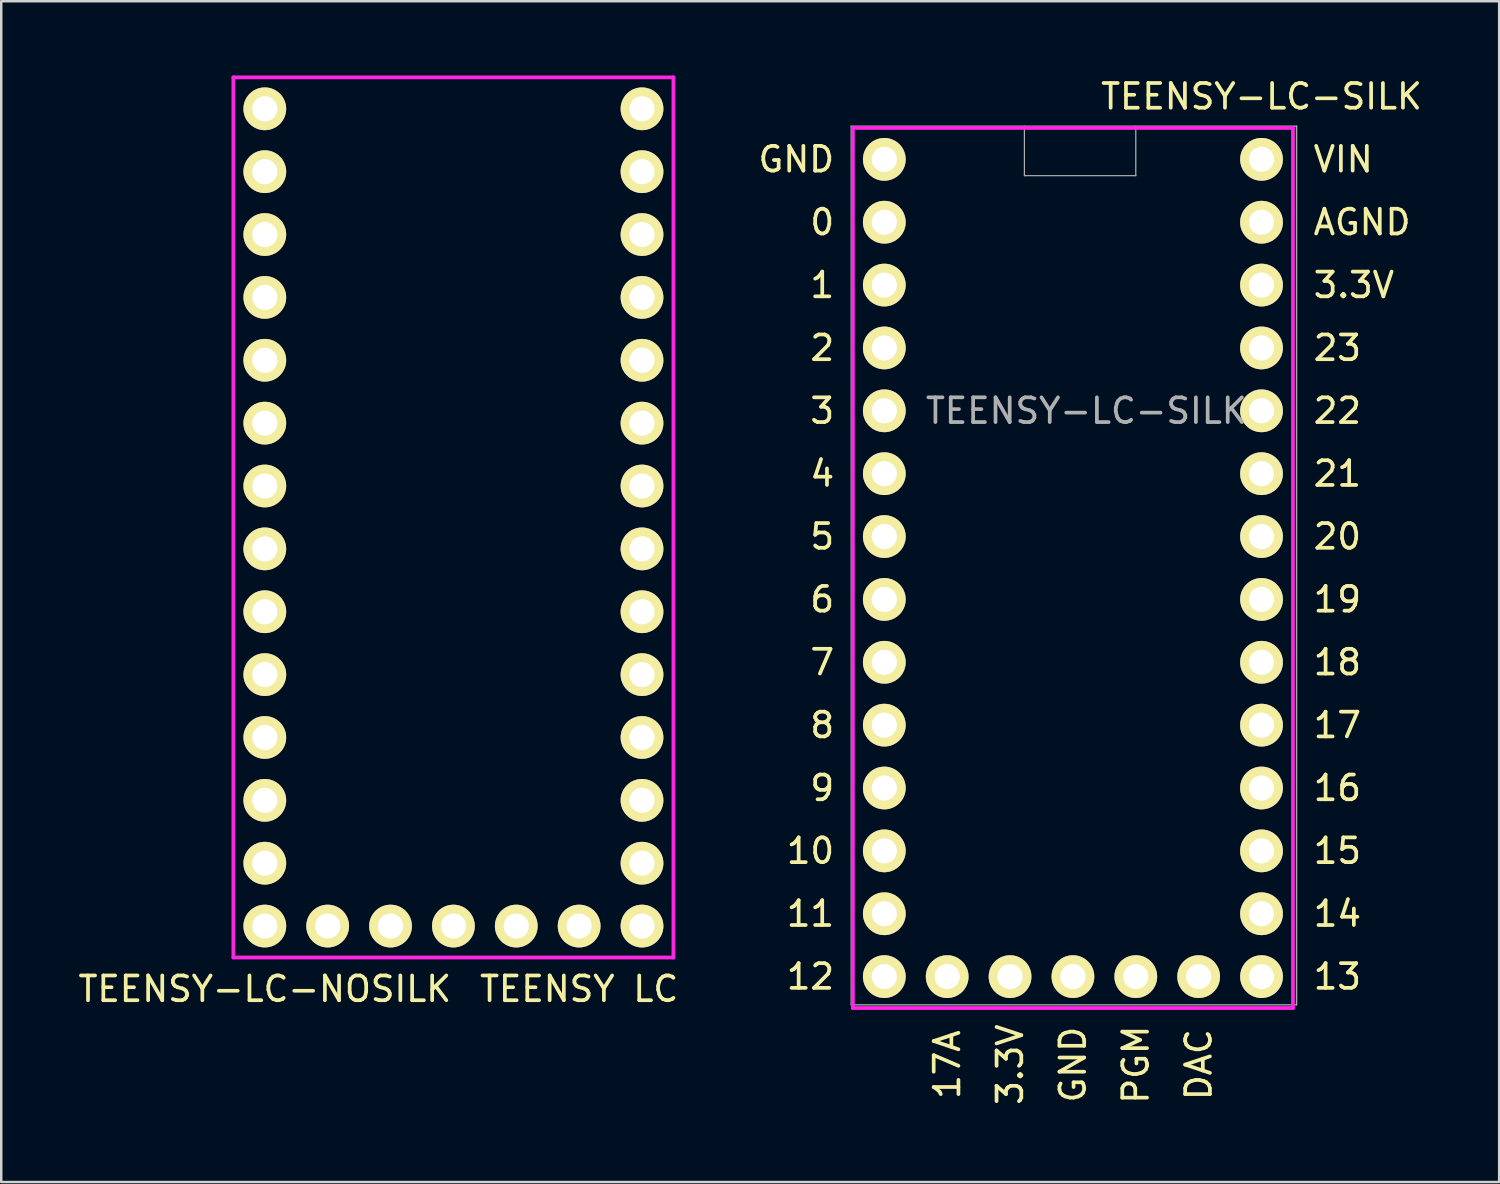
<source format=kicad_pcb>
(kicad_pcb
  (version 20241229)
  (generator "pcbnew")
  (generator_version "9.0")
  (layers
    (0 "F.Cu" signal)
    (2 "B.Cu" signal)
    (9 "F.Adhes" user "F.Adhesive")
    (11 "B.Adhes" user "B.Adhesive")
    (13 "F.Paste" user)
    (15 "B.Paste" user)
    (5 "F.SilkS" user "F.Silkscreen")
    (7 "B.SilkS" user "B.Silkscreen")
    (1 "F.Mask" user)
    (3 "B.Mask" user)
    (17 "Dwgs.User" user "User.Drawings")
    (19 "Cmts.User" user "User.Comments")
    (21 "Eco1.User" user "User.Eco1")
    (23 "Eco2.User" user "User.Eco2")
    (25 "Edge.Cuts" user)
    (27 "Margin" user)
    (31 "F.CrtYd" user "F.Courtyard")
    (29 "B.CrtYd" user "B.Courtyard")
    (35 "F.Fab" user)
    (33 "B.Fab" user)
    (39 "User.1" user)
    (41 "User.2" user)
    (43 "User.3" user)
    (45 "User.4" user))
  (footprint "TEENSY-LC-SILK"
    (layer "F.Cu")
    (at 42.839 13.548)
    (property "Reference" "TEENSY-LC-SILK" (at -2 0 0) (layer "F.Fab") (effects (font (size 1 1) (thickness 0.15))))
    (attr through_hole)
    (fp_line (start -11.43 -11.43) (end -11.43 24.13) (stroke (width 0.152) (type solid)) (layer "F.CrtYd"))
    (fp_line (start -11.43 24.13) (end 6.35 24.13) (stroke (width 0.152) (type solid)) (layer "F.CrtYd"))
    (fp_line (start 6.35 -11.43) (end -11.43 -11.43) (stroke (width 0.152) (type solid)) (layer "F.CrtYd"))
    (fp_line (start 6.35 24.13) (end 6.35 -11.43) (stroke (width 0.152) (type solid)) (layer "F.CrtYd"))
    (fp_line (start -11.5 -11.5) (end -11.5 24) (stroke (width 0.05) (type solid)) (layer "F.Fab"))
    (fp_line (start -11.5 24) (end 6.5 24) (stroke (width 0.05) (type solid)) (layer "F.Fab"))
    (fp_line (start -4.5 -11.5) (end -4.5 -9.5) (stroke (width 0.05) (type solid)) (layer "F.Fab"))
    (fp_line (start -4.5 -9.5) (end 0 -9.5) (stroke (width 0.05) (type solid)) (layer "F.Fab"))
    (fp_line (start 0 -9.5) (end 0 -11.5) (stroke (width 0.05) (type solid)) (layer "F.Fab"))
    (fp_line (start 6.5 -11.5) (end -11.5 -11.5) (stroke (width 0.05) (type solid)) (layer "F.Fab"))
    (fp_line (start 6.5 24) (end 6.5 -11.5) (stroke (width 0.05) (type solid)) (layer "F.Fab"))
    (fp_text user "21" (at 8.144 2.54 0) (layer "F.SilkS") (effects (font (size 1 1) (thickness 0.15))))
    (fp_text user "12" (at -13.145 22.86 0) (layer "F.SilkS") (effects (font (size 1 1) (thickness 0.15))))
    (fp_text user "22" (at 8.144 0 0) (layer "F.SilkS") (effects (font (size 1 1) (thickness 0.15))))
    (fp_text user "17" (at 8.144 12.7 0) (layer "F.SilkS") (effects (font (size 1 1) (thickness 0.15))))
    (fp_text user "18" (at 8.144 10.16 0) (layer "F.SilkS") (effects (font (size 1 1) (thickness 0.15))))
    (fp_text user "23" (at 8.144 -2.54 0) (layer "F.SilkS") (effects (font (size 1 1) (thickness 0.15))))
    (fp_text user "20" (at 8.144 5.08 0) (layer "F.SilkS") (effects (font (size 1 1) (thickness 0.15))))
    (fp_text user "10" (at -13.145 17.78 0) (layer "F.SilkS") (effects (font (size 1 1) (thickness 0.15))))
    (fp_text user "17A" (at -7.62 26.416 90) (layer "F.SilkS") (effects (font (size 1 1) (thickness 0.15))))
    (fp_text user "VIN" (at 8.382 -10.16 0) (layer "F.SilkS") (effects (font (size 1 1) (thickness 0.15))))
    (fp_text user "11" (at -13.145 20.32 0) (layer "F.SilkS") (effects (font (size 1 1) (thickness 0.15))))
    (fp_text user "PGM" (at 0 26.416 90) (layer "F.SilkS") (effects (font (size 1 1) (thickness 0.15))))
    (fp_text user "1" (at -12.668 -5.08 0) (layer "F.SilkS") (effects (font (size 1 1) (thickness 0.15))))
    (fp_text user "0" (at -12.668 -7.62 0) (layer "F.SilkS") (effects (font (size 1 1) (thickness 0.15))))
    (fp_text user "7" (at -12.668 10.16 0) (layer "F.SilkS") (effects (font (size 1 1) (thickness 0.15))))
    (fp_text user "9" (at -12.668 15.24 0) (layer "F.SilkS") (effects (font (size 1 1) (thickness 0.15))))
    (fp_text user "${REFERENCE}" (at 5.08 -12.7 0) (layer "F.SilkS") (effects (font (size 1 1) (thickness 0.15))))
    (fp_text user "4" (at -12.668 2.54 0) (layer "F.SilkS") (effects (font (size 1 1) (thickness 0.15))))
    (fp_text user "3.3V" (at 8.811 -5.08 0) (layer "F.SilkS") (effects (font (size 1 1) (thickness 0.15))))
    (fp_text user "2" (at -12.668 -2.54 0) (layer "F.SilkS") (effects (font (size 1 1) (thickness 0.15))))
    (fp_text user "GND" (at -2.54 26.416 90) (layer "F.SilkS") (effects (font (size 1 1) (thickness 0.15))))
    (fp_text user "AGND" (at 9.144 -7.62 0) (layer "F.SilkS") (effects (font (size 1 1) (thickness 0.15))))
    (fp_text user "GND" (at -13.716 -10.16 0) (layer "F.SilkS") (effects (font (size 1 1) (thickness 0.15))))
    (fp_text user "16" (at 8.144 15.24 0) (layer "F.SilkS") (effects (font (size 1 1) (thickness 0.15))))
    (fp_text user "19" (at 8.144 7.62 0) (layer "F.SilkS") (effects (font (size 1 1) (thickness 0.15))))
    (fp_text user "14" (at 8.144 20.32 0) (layer "F.SilkS") (effects (font (size 1 1) (thickness 0.15))))
    (fp_text user "8" (at -12.668 12.7 0) (layer "F.SilkS") (effects (font (size 1 1) (thickness 0.15))))
    (fp_text user "13" (at 8.144 22.86 0) (layer "F.SilkS") (effects (font (size 1 1) (thickness 0.15))))
    (fp_text user "6" (at -12.668 7.62 0) (layer "F.SilkS") (effects (font (size 1 1) (thickness 0.15))))
    (fp_text user "15" (at 8.144 17.78 0) (layer "F.SilkS") (effects (font (size 1 1) (thickness 0.15))))
    (fp_text user "DAC" (at 2.54 26.416 90) (layer "F.SilkS") (effects (font (size 1 1) (thickness 0.15))))
    (fp_text user "3.3V" (at -5.08 26.416 90) (layer "F.SilkS") (effects (font (size 1 1) (thickness 0.15))))
    (fp_text user "3" (at -12.668 0 0) (layer "F.SilkS") (effects (font (size 1 1) (thickness 0.15))))
    (fp_text user "5" (at -12.668 5.08 0) (layer "F.SilkS") (effects (font (size 1 1) (thickness 0.15))))
    (pad "0" thru_hole circle (at -10.16 -7.62) (size 1.727 1.727) (drill 1.016) (layers "*.Cu" "*.Mask" "F.SilkS"))
    (pad "1" thru_hole circle (at -10.16 -5.08) (size 1.727 1.727) (drill 1.016) (layers "*.Cu" "*.Mask" "F.SilkS"))
    (pad "2" thru_hole circle (at -10.16 -2.54) (size 1.727 1.727) (drill 1.016) (layers "*.Cu" "*.Mask" "F.SilkS"))
    (pad "3" thru_hole circle (at -10.16 0) (size 1.727 1.727) (drill 1.016) (layers "*.Cu" "*.Mask" "F.SilkS"))
    (pad "3V1" thru_hole circle (at -5.08 22.86) (size 1.727 1.727) (drill 1.016) (layers "*.Cu" "*.Mask" "F.SilkS"))
    (pad "3V2" thru_hole circle (at 5.08 -5.08) (size 1.727 1.727) (drill 1.016) (layers "*.Cu" "*.Mask" "F.SilkS"))
    (pad "4" thru_hole circle (at -10.16 2.54) (size 1.727 1.727) (drill 1.016) (layers "*.Cu" "*.Mask" "F.SilkS"))
    (pad "5" thru_hole circle (at -10.16 5.08) (size 1.727 1.727) (drill 1.016) (layers "*.Cu" "*.Mask" "F.SilkS"))
    (pad "6" thru_hole circle (at -10.16 7.62) (size 1.727 1.727) (drill 1.016) (layers "*.Cu" "*.Mask" "F.SilkS"))
    (pad "7" thru_hole circle (at -10.16 10.16) (size 1.727 1.727) (drill 1.016) (layers "*.Cu" "*.Mask" "F.SilkS"))
    (pad "8" thru_hole circle (at -10.16 12.7) (size 1.727 1.727) (drill 1.016) (layers "*.Cu" "*.Mask" "F.SilkS"))
    (pad "9" thru_hole circle (at -10.16 15.24) (size 1.727 1.727) (drill 1.016) (layers "*.Cu" "*.Mask" "F.SilkS"))
    (pad "10" thru_hole circle (at -10.16 17.78) (size 1.727 1.727) (drill 1.016) (layers "*.Cu" "*.Mask" "F.SilkS"))
    (pad "11" thru_hole circle (at -10.16 20.32) (size 1.727 1.727) (drill 1.016) (layers "*.Cu" "*.Mask" "F.SilkS"))
    (pad "12" thru_hole circle (at -10.16 22.86) (size 1.727 1.727) (drill 1.016) (layers "*.Cu" "*.Mask" "F.SilkS"))
    (pad "13" thru_hole circle (at 5.08 22.86) (size 1.727 1.727) (drill 1.016) (layers "*.Cu" "*.Mask" "F.SilkS"))
    (pad "14" thru_hole circle (at 5.08 20.32) (size 1.727 1.727) (drill 1.016) (layers "*.Cu" "*.Mask" "F.SilkS"))
    (pad "15" thru_hole circle (at 5.08 17.78) (size 1.727 1.727) (drill 1.016) (layers "*.Cu" "*.Mask" "F.SilkS"))
    (pad "16" thru_hole circle (at 5.08 15.24) (size 1.727 1.727) (drill 1.016) (layers "*.Cu" "*.Mask" "F.SilkS"))
    (pad "17" thru_hole circle (at 5.08 12.7) (size 1.727 1.727) (drill 1.016) (layers "*.Cu" "*.Mask" "F.SilkS"))
    (pad "17A" thru_hole circle (at -7.62 22.86) (size 1.727 1.727) (drill 1.016) (layers "*.Cu" "*.Mask" "F.SilkS"))
    (pad "18" thru_hole circle (at 5.08 10.16) (size 1.727 1.727) (drill 1.016) (layers "*.Cu" "*.Mask" "F.SilkS"))
    (pad "19" thru_hole circle (at 5.08 7.62) (size 1.727 1.727) (drill 1.016) (layers "*.Cu" "*.Mask" "F.SilkS"))
    (pad "20" thru_hole circle (at 5.08 5.08) (size 1.727 1.727) (drill 1.016) (layers "*.Cu" "*.Mask" "F.SilkS"))
    (pad "21" thru_hole circle (at 5.08 2.54) (size 1.727 1.727) (drill 1.016) (layers "*.Cu" "*.Mask" "F.SilkS"))
    (pad "22" thru_hole circle (at 5.08 0) (size 1.727 1.727) (drill 1.016) (layers "*.Cu" "*.Mask" "F.SilkS"))
    (pad "23" thru_hole circle (at 5.08 -2.54) (size 1.727 1.727) (drill 1.016) (layers "*.Cu" "*.Mask" "F.SilkS"))
    (pad "AG" thru_hole circle (at 5.08 -7.62) (size 1.727 1.727) (drill 1.016) (layers "*.Cu" "*.Mask" "F.SilkS"))
    (pad "DAC" thru_hole circle (at 2.54 22.86) (size 1.727 1.727) (drill 1.016) (layers "*.Cu" "*.Mask" "F.SilkS"))
    (pad "G1" thru_hole circle (at -10.16 -10.16) (size 1.727 1.727) (drill 1.016) (layers "*.Cu" "*.Mask" "F.SilkS"))
    (pad "G2" thru_hole circle (at -2.54 22.86) (size 1.727 1.727) (drill 1.016) (layers "*.Cu" "*.Mask" "F.SilkS"))
    (pad "PGM" thru_hole circle (at 0 22.86) (size 1.727 1.727) (drill 1.016) (layers "*.Cu" "*.Mask" "F.SilkS"))
    (pad "VIN" thru_hole circle (at 5.08 -10.16) (size 1.727 1.727) (drill 1.016) (layers "*.Cu" "*.Mask" "F.SilkS")))
  (footprint "TEENSY-LC-NOSILK"
    (layer "F.Cu")
    (at 17.809 11.506)
    (property "Reference" "TEENSY-LC-NOSILK" (at -10.16 25.4 180) (layer "F.SilkS") (effects (font (size 1 1) (thickness 0.15))))
    (attr through_hole)
    (fp_line (start -11.43 -11.43) (end -11.43 24.13) (stroke (width 0.152) (type solid)) (layer "F.CrtYd"))
    (fp_line (start -11.43 24.13) (end 6.35 24.13) (stroke (width 0.152) (type solid)) (layer "F.CrtYd"))
    (fp_line (start 6.35 -11.43) (end -11.43 -11.43) (stroke (width 0.152) (type solid)) (layer "F.CrtYd"))
    (fp_line (start 6.35 24.13) (end 6.35 -11.43) (stroke (width 0.152) (type solid)) (layer "F.CrtYd"))
    (fp_text user "TEENSY LC" (at 2.54 25.4 0) (layer "F.SilkS") (effects (font (size 1 1) (thickness 0.15))))
    (pad "0" thru_hole circle (at -10.16 -7.62) (size 1.727 1.727) (drill 1.016) (layers "*.Cu" "*.Mask" "F.SilkS"))
    (pad "1" thru_hole circle (at -10.16 -5.08) (size 1.727 1.727) (drill 1.016) (layers "*.Cu" "*.Mask" "F.SilkS"))
    (pad "2" thru_hole circle (at -10.16 -2.54) (size 1.727 1.727) (drill 1.016) (layers "*.Cu" "*.Mask" "F.SilkS"))
    (pad "3" thru_hole circle (at -10.16 0) (size 1.727 1.727) (drill 1.016) (layers "*.Cu" "*.Mask" "F.SilkS"))
    (pad "3V1" thru_hole circle (at -5.08 22.86) (size 1.727 1.727) (drill 1.016) (layers "*.Cu" "*.Mask" "F.SilkS"))
    (pad "3V2" thru_hole circle (at 5.08 -5.08) (size 1.727 1.727) (drill 1.016) (layers "*.Cu" "*.Mask" "F.SilkS"))
    (pad "4" thru_hole circle (at -10.16 2.54) (size 1.727 1.727) (drill 1.016) (layers "*.Cu" "*.Mask" "F.SilkS"))
    (pad "5" thru_hole circle (at -10.16 5.08) (size 1.727 1.727) (drill 1.016) (layers "*.Cu" "*.Mask" "F.SilkS"))
    (pad "6" thru_hole circle (at -10.16 7.62) (size 1.727 1.727) (drill 1.016) (layers "*.Cu" "*.Mask" "F.SilkS"))
    (pad "7" thru_hole circle (at -10.16 10.16) (size 1.727 1.727) (drill 1.016) (layers "*.Cu" "*.Mask" "F.SilkS"))
    (pad "8" thru_hole circle (at -10.16 12.7) (size 1.727 1.727) (drill 1.016) (layers "*.Cu" "*.Mask" "F.SilkS"))
    (pad "9" thru_hole circle (at -10.16 15.24) (size 1.727 1.727) (drill 1.016) (layers "*.Cu" "*.Mask" "F.SilkS"))
    (pad "10" thru_hole circle (at -10.16 17.78) (size 1.727 1.727) (drill 1.016) (layers "*.Cu" "*.Mask" "F.SilkS"))
    (pad "11" thru_hole circle (at -10.16 20.32) (size 1.727 1.727) (drill 1.016) (layers "*.Cu" "*.Mask" "F.SilkS"))
    (pad "12" thru_hole circle (at -10.16 22.86) (size 1.727 1.727) (drill 1.016) (layers "*.Cu" "*.Mask" "F.SilkS"))
    (pad "13" thru_hole circle (at 5.08 22.86) (size 1.727 1.727) (drill 1.016) (layers "*.Cu" "*.Mask" "F.SilkS"))
    (pad "14" thru_hole circle (at 5.08 20.32) (size 1.727 1.727) (drill 1.016) (layers "*.Cu" "*.Mask" "F.SilkS"))
    (pad "15" thru_hole circle (at 5.08 17.78) (size 1.727 1.727) (drill 1.016) (layers "*.Cu" "*.Mask" "F.SilkS"))
    (pad "16" thru_hole circle (at 5.08 15.24) (size 1.727 1.727) (drill 1.016) (layers "*.Cu" "*.Mask" "F.SilkS"))
    (pad "17" thru_hole circle (at 5.08 12.7) (size 1.727 1.727) (drill 1.016) (layers "*.Cu" "*.Mask" "F.SilkS"))
    (pad "17A" thru_hole circle (at -7.62 22.86) (size 1.727 1.727) (drill 1.016) (layers "*.Cu" "*.Mask" "F.SilkS"))
    (pad "18" thru_hole circle (at 5.08 10.16) (size 1.727 1.727) (drill 1.016) (layers "*.Cu" "*.Mask" "F.SilkS"))
    (pad "19" thru_hole circle (at 5.08 7.62) (size 1.727 1.727) (drill 1.016) (layers "*.Cu" "*.Mask" "F.SilkS"))
    (pad "20" thru_hole circle (at 5.08 5.08) (size 1.727 1.727) (drill 1.016) (layers "*.Cu" "*.Mask" "F.SilkS"))
    (pad "21" thru_hole circle (at 5.08 2.54) (size 1.727 1.727) (drill 1.016) (layers "*.Cu" "*.Mask" "F.SilkS"))
    (pad "22" thru_hole circle (at 5.08 0) (size 1.727 1.727) (drill 1.016) (layers "*.Cu" "*.Mask" "F.SilkS"))
    (pad "23" thru_hole circle (at 5.08 -2.54) (size 1.727 1.727) (drill 1.016) (layers "*.Cu" "*.Mask" "F.SilkS"))
    (pad "DAC" thru_hole circle (at 2.54 22.86) (size 1.727 1.727) (drill 1.016) (layers "*.Cu" "*.Mask" "F.SilkS"))
    (pad "G1" thru_hole circle (at -10.16 -10.16) (size 1.727 1.727) (drill 1.016) (layers "*.Cu" "*.Mask" "F.SilkS"))
    (pad "G2" thru_hole circle (at -2.54 22.86) (size 1.727 1.727) (drill 1.016) (layers "*.Cu" "*.Mask" "F.SilkS"))
    (pad "G3" thru_hole circle (at 5.08 -7.62) (size 1.727 1.727) (drill 1.016) (layers "*.Cu" "*.Mask" "F.SilkS"))
    (pad "PGM" thru_hole circle (at 0 22.86) (size 1.727 1.727) (drill 1.016) (layers "*.Cu" "*.Mask" "F.SilkS"))
    (pad "VIN" thru_hole circle (at 5.08 -10.16) (size 1.727 1.727) (drill 1.016) (layers "*.Cu" "*.Mask" "F.SilkS")))
  (gr_rect
    (start -3 -3)
    (end 57.52 44.708)
    (stroke (width 0.1) (type default))
    (fill no)
    (layer "Edge.Cuts")))
</source>
